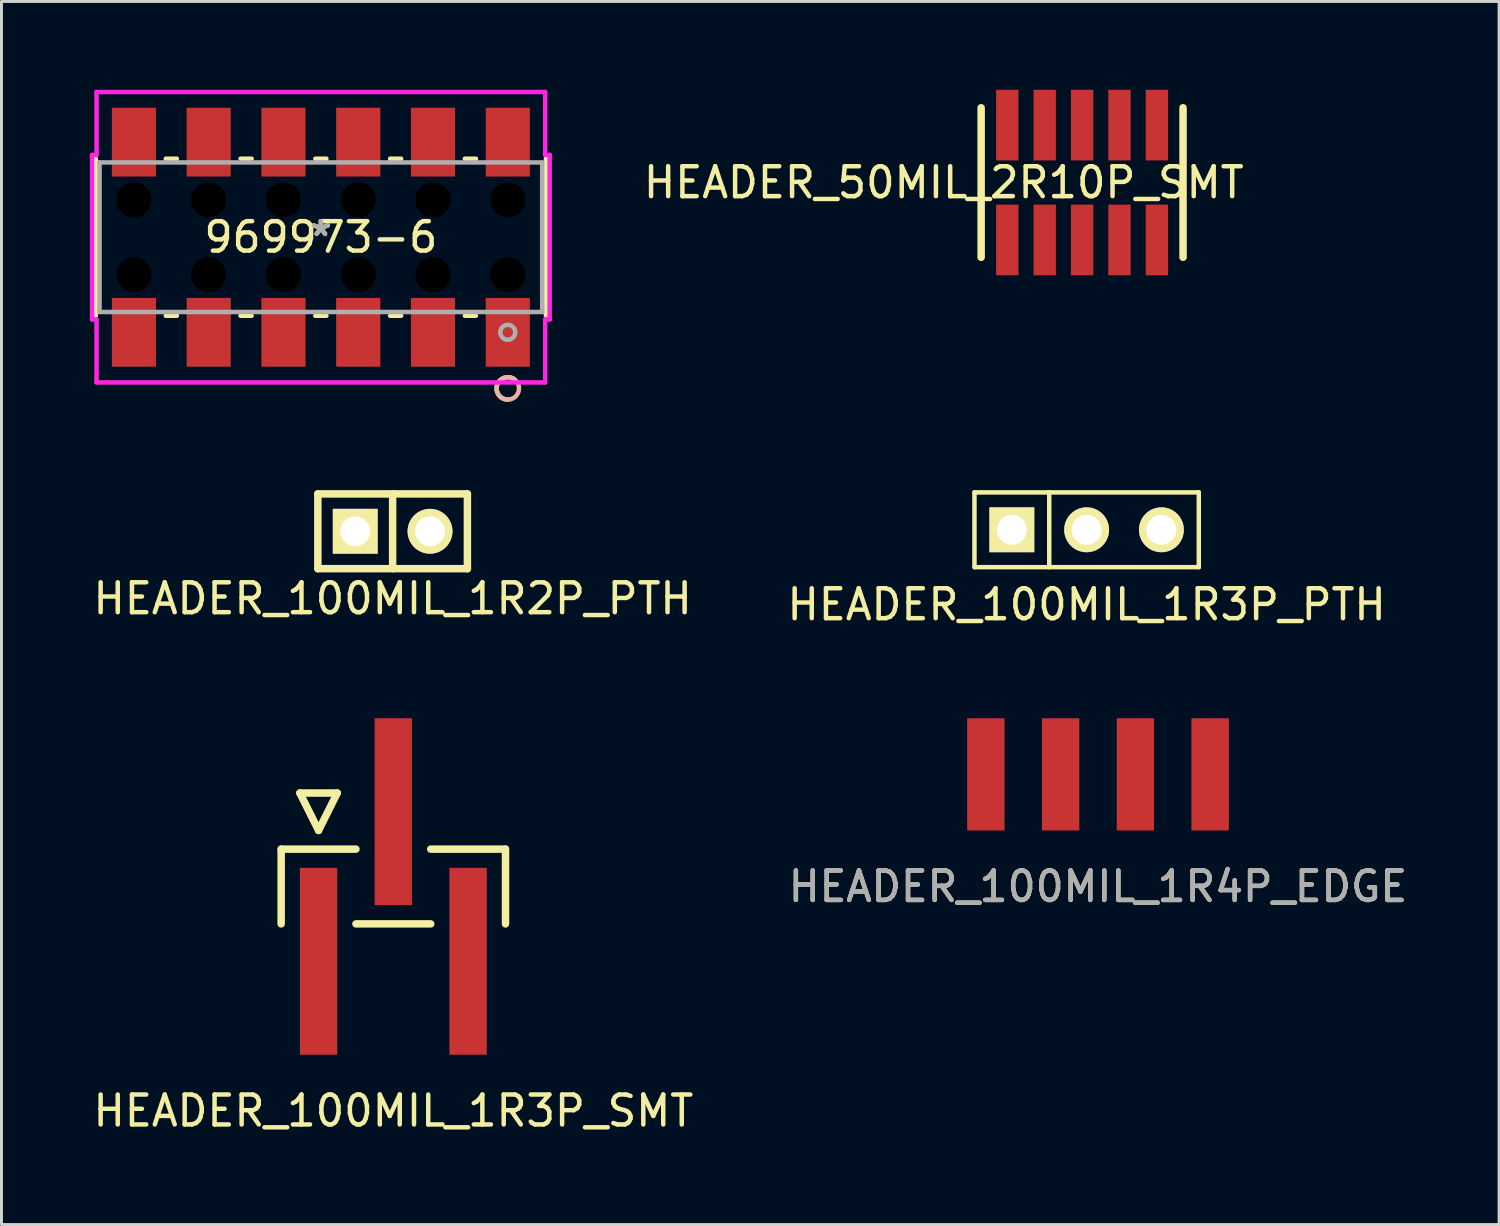
<source format=kicad_pcb>
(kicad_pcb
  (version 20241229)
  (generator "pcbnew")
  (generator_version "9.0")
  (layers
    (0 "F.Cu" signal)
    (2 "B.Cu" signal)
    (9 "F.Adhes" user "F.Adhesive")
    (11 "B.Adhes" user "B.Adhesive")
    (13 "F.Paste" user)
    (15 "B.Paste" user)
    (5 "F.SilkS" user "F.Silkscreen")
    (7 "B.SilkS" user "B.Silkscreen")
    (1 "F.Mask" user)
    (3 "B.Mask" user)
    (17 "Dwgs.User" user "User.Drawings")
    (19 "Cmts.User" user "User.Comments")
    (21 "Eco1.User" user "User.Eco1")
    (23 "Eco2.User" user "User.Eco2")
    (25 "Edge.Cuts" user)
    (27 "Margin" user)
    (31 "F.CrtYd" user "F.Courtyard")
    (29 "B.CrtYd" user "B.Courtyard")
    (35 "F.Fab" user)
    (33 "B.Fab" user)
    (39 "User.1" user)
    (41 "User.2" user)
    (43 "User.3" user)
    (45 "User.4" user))
  (footprint "HEADER_100MIL_1R4P_EDGE"
    (layer "F.Cu")
    (at 34.247 23.253)
    (property "Reference" "HEADER_100MIL_1R4P_EDGE" (at 0 3.81 0) (layer "F.SilkS") (effects (font (size 1 1) (thickness 0.15))))
    (attr exclude_from_pos_files exclude_from_bom)
    (fp_text user "${REFERENCE}" (at 0 3.81 0) (layer "F.Fab") (effects (font (size 1 1) (thickness 0.15))))
    (pad "1" smd rect (at -3.81 0) (size 1.27 3.81) (layers "F.Cu" "F.Mask"))
    (pad "2" smd rect (at -1.27 0) (size 1.27 3.81) (layers "F.Cu" "F.Mask"))
    (pad "3" smd rect (at 1.27 0) (size 1.27 3.81) (layers "F.Cu" "F.Mask"))
    (pad "4" smd rect (at 3.81 0) (size 1.27 3.81) (layers "F.Cu" "F.Mask")))
  (footprint "HEADER_100MIL_1R3P_PTH"
    (layer "F.Cu")
    (at 33.861 14.946)
    (property "Reference" "HEADER_100MIL_1R3P_PTH" (at 0 2.54 0) (layer "F.SilkS") (effects (font (size 1.016 1.016) (thickness 0.152))))
    (attr through_hole)
    (fp_line (start -3.81 -1.27) (end 3.81 -1.27) (stroke (width 0.152) (type solid)) (layer "F.SilkS"))
    (fp_line (start -3.81 1.27) (end -3.81 -1.27) (stroke (width 0.152) (type solid)) (layer "F.SilkS"))
    (fp_line (start -1.27 -1.27) (end -1.27 1.27) (stroke (width 0.152) (type solid)) (layer "F.SilkS"))
    (fp_line (start 3.81 -1.27) (end 3.81 1.27) (stroke (width 0.152) (type solid)) (layer "F.SilkS"))
    (fp_line (start 3.81 1.27) (end -3.81 1.27) (stroke (width 0.152) (type solid)) (layer "F.SilkS"))
    (pad "1" thru_hole rect (at -2.54 0) (size 1.524 1.524) (drill 1.016) (layers "*.Cu" "*.Mask" "F.SilkS"))
    (pad "2" thru_hole circle (at 0 0) (size 1.524 1.524) (drill 1.016) (layers "*.Cu" "*.Mask" "F.SilkS"))
    (pad "3" thru_hole circle (at 2.54 0) (size 1.524 1.524) (drill 1.016) (layers "*.Cu" "*.Mask" "F.SilkS")))
  (footprint "HEADER_50MIL_2R10P_SMT"
    (layer "F.Cu")
    (at 33.707 3.15)
    (property "Reference" "HEADER_50MIL_2R10P_SMT" (at -4.699 0 0) (layer "F.SilkS") (effects (font (size 1.016 1.016) (thickness 0.152))))
    (attr through_hole)
    (fp_line (start -3.429 2.54) (end -3.429 -2.54) (stroke (width 0.254) (type solid)) (layer "F.SilkS"))
    (fp_line (start 3.429 -2.54) (end 3.429 2.54) (stroke (width 0.254) (type solid)) (layer "F.SilkS"))
    (pad "1" smd rect (at -2.54 1.95) (size 0.76 2.4) (layers "F.Cu" "F.Mask" "F.Paste"))
    (pad "2" smd rect (at -2.54 -1.95) (size 0.76 2.4) (layers "F.Cu" "F.Mask" "F.Paste"))
    (pad "3" smd rect (at -1.27 1.95) (size 0.76 2.4) (layers "F.Cu" "F.Mask" "F.Paste"))
    (pad "4" smd rect (at -1.27 -1.95) (size 0.76 2.4) (layers "F.Cu" "F.Mask" "F.Paste"))
    (pad "5" smd rect (at 0 1.95) (size 0.76 2.4) (layers "F.Cu" "F.Mask" "F.Paste"))
    (pad "6" smd rect (at 0 -1.95) (size 0.76 2.4) (layers "F.Cu" "F.Mask" "F.Paste"))
    (pad "7" smd rect (at 1.27 1.95) (size 0.76 2.4) (layers "F.Cu" "F.Mask" "F.Paste"))
    (pad "8" smd rect (at 1.27 -1.95) (size 0.76 2.4) (layers "F.Cu" "F.Mask" "F.Paste"))
    (pad "9" smd rect (at 2.54 1.95) (size 0.76 2.4) (layers "F.Cu" "F.Mask" "F.Paste"))
    (pad "10" smd rect (at 2.54 -1.95) (size 0.76 2.4) (layers "F.Cu" "F.Mask" "F.Paste")))
  (footprint "HEADER_100MIL_1R3P_SMT"
    (layer "F.Cu")
    (at 10.311 27.063)
    (property "Reference" "HEADER_100MIL_1R3P_SMT" (at 0 7.62 0) (layer "F.SilkS") (effects (font (size 1.016 1.016) (thickness 0.152))))
    (attr through_hole)
    (fp_line (start -3.81 -1.27) (end -1.27 -1.27) (stroke (width 0.254) (type solid)) (layer "F.SilkS"))
    (fp_line (start -3.81 1.27) (end -3.81 -1.27) (stroke (width 0.254) (type solid)) (layer "F.SilkS"))
    (fp_line (start -3.175 -3.175) (end -2.54 -1.905) (stroke (width 0.254) (type solid)) (layer "F.SilkS"))
    (fp_line (start -2.54 -1.905) (end -1.905 -3.175) (stroke (width 0.254) (type solid)) (layer "F.SilkS"))
    (fp_line (start -1.905 -3.175) (end -3.175 -3.175) (stroke (width 0.254) (type solid)) (layer "F.SilkS"))
    (fp_line (start 1.27 -1.27) (end 3.81 -1.27) (stroke (width 0.254) (type solid)) (layer "F.SilkS"))
    (fp_line (start 1.27 1.27) (end -1.27 1.27) (stroke (width 0.254) (type solid)) (layer "F.SilkS"))
    (fp_line (start 3.81 -1.27) (end 3.81 1.27) (stroke (width 0.254) (type solid)) (layer "F.SilkS"))
    (pad "1" smd rect (at -2.54 2.54) (size 1.27 6.35) (layers "F.Cu" "F.Mask" "F.Paste"))
    (pad "2" smd rect (at 0 -2.54) (size 1.27 6.35) (layers "F.Cu" "F.Mask" "F.Paste"))
    (pad "3" smd rect (at 2.54 2.54) (size 1.27 6.35) (layers "F.Cu" "F.Mask" "F.Paste")))
  (footprint "969973-6"
    (layer "F.Cu")
    (at 7.849 5.008)
    (property "Reference" "969973-6" (at 0 0 0) (layer "F.SilkS") (effects (font (size 1 1) (thickness 0.15))))
    (attr through_hole)
    (fp_line (start -7.645 -2.667) (end -7.645 2.667) (stroke (width 0.152) (type solid)) (layer "F.SilkS"))
    (fp_line (start -5.268 2.667) (end -4.892 2.667) (stroke (width 0.152) (type solid)) (layer "F.SilkS"))
    (fp_line (start -4.892 -2.667) (end -5.268 -2.667) (stroke (width 0.152) (type solid)) (layer "F.SilkS"))
    (fp_line (start -2.728 2.667) (end -2.352 2.667) (stroke (width 0.152) (type solid)) (layer "F.SilkS"))
    (fp_line (start -2.352 -2.667) (end -2.728 -2.667) (stroke (width 0.152) (type solid)) (layer "F.SilkS"))
    (fp_line (start -0.188 2.667) (end 0.188 2.667) (stroke (width 0.152) (type solid)) (layer "F.SilkS"))
    (fp_line (start 0.188 -2.667) (end -0.188 -2.667) (stroke (width 0.152) (type solid)) (layer "F.SilkS"))
    (fp_line (start 2.352 2.667) (end 2.728 2.667) (stroke (width 0.152) (type solid)) (layer "F.SilkS"))
    (fp_line (start 2.728 -2.667) (end 2.352 -2.667) (stroke (width 0.152) (type solid)) (layer "F.SilkS"))
    (fp_line (start 4.892 2.667) (end 5.268 2.667) (stroke (width 0.152) (type solid)) (layer "F.SilkS"))
    (fp_line (start 5.268 -2.667) (end 4.892 -2.667) (stroke (width 0.152) (type solid)) (layer "F.SilkS"))
    (fp_line (start 7.645 2.667) (end 7.645 -2.667) (stroke (width 0.152) (type solid)) (layer "F.SilkS"))
    (fp_arc (start 6.35 5.515991) (mid 5.988054 5.016011) (end 6.576059 4.828302) (stroke (width 0.1524) (type solid)) (layer "F.SilkS"))
    (fp_circle (center 6.35 5.135) (end 6.731 5.135) (stroke (width 0.152) (type solid)) (fill no) (layer "B.SilkS"))
    (fp_line (start -7.772 -2.794) (end -7.772 2.794) (stroke (width 0.152) (type solid)) (layer "F.CrtYd"))
    (fp_line (start -7.772 2.794) (end -7.62 2.794) (stroke (width 0.152) (type solid)) (layer "F.CrtYd"))
    (fp_line (start -7.62 -4.932) (end -7.62 -2.794) (stroke (width 0.152) (type solid)) (layer "F.CrtYd"))
    (fp_line (start -7.62 -2.794) (end -7.772 -2.794) (stroke (width 0.152) (type solid)) (layer "F.CrtYd"))
    (fp_line (start -7.62 2.794) (end -7.62 4.932) (stroke (width 0.152) (type solid)) (layer "F.CrtYd"))
    (fp_line (start -7.62 4.932) (end 7.62 4.932) (stroke (width 0.152) (type solid)) (layer "F.CrtYd"))
    (fp_line (start 7.62 -4.932) (end -7.62 -4.932) (stroke (width 0.152) (type solid)) (layer "F.CrtYd"))
    (fp_line (start 7.62 -2.794) (end 7.62 -4.932) (stroke (width 0.152) (type solid)) (layer "F.CrtYd"))
    (fp_line (start 7.62 2.794) (end 7.772 2.794) (stroke (width 0.152) (type solid)) (layer "F.CrtYd"))
    (fp_line (start 7.62 4.932) (end 7.62 2.794) (stroke (width 0.152) (type solid)) (layer "F.CrtYd"))
    (fp_line (start 7.772 -2.794) (end 7.62 -2.794) (stroke (width 0.152) (type solid)) (layer "F.CrtYd"))
    (fp_line (start 7.772 2.794) (end 7.772 -2.794) (stroke (width 0.152) (type solid)) (layer "F.CrtYd"))
    (fp_line (start -7.518 -2.54) (end -7.518 2.54) (stroke (width 0.152) (type solid)) (layer "F.Fab"))
    (fp_line (start -7.518 2.54) (end 7.518 2.54) (stroke (width 0.152) (type solid)) (layer "F.Fab"))
    (fp_line (start 7.518 -2.54) (end -7.518 -2.54) (stroke (width 0.152) (type solid)) (layer "F.Fab"))
    (fp_line (start 7.518 2.54) (end 7.518 -2.54) (stroke (width 0.152) (type solid)) (layer "F.Fab"))
    (fp_circle (center 6.35 3.23) (end 6.604 3.23) (stroke (width 0.152) (type solid)) (fill no) (layer "F.Fab"))
    (fp_text user "*" (at 0 0 0) (layer "F.SilkS") (effects (font (size 1 1) (thickness 0.15))))
    (fp_text user "Copyright 2016 Accelerated Designs. All rights reserved." (at 0 0 0) (layer "Cmts.User") (effects (font (size 0.127 0.127) (thickness 0.002))))
    (fp_text user "*" (at 0 0 0) (layer "F.Fab") (effects (font (size 1 1) (thickness 0.15))))
    (pad "" np_thru_hole circle (at -6.35 -1.27 90) (size 1.194 1.194) (drill 1.194) (layers))
    (pad "" np_thru_hole circle (at -6.35 1.27 90) (size 1.194 1.194) (drill 1.194) (layers))
    (pad "" np_thru_hole circle (at -3.81 -1.27 90) (size 1.194 1.194) (drill 1.194) (layers))
    (pad "" np_thru_hole circle (at -3.81 1.27 90) (size 1.194 1.194) (drill 1.194) (layers))
    (pad "" np_thru_hole circle (at -1.27 -1.27 90) (size 1.194 1.194) (drill 1.194) (layers))
    (pad "" np_thru_hole circle (at -1.27 1.27 90) (size 1.194 1.194) (drill 1.194) (layers))
    (pad "" np_thru_hole circle (at 1.27 -1.27 90) (size 1.194 1.194) (drill 1.194) (layers))
    (pad "" np_thru_hole circle (at 1.27 1.27 90) (size 1.194 1.194) (drill 1.194) (layers))
    (pad "" np_thru_hole circle (at 3.81 -1.27 90) (size 1.194 1.194) (drill 1.194) (layers))
    (pad "" np_thru_hole circle (at 3.81 1.27 90) (size 1.194 1.194) (drill 1.194) (layers))
    (pad "" np_thru_hole circle (at 6.35 -1.27 90) (size 1.194 1.194) (drill 1.194) (layers))
    (pad "" np_thru_hole circle (at 6.35 1.27 90) (size 1.194 1.194) (drill 1.194) (layers))
    (pad "1" smd rect (at 6.35 3.23 90) (size 2.337 1.499) (layers "F.Cu" "F.Mask" "F.Paste"))
    (pad "2" smd rect (at 6.35 -3.23 90) (size 2.337 1.499) (layers "F.Cu" "F.Mask" "F.Paste"))
    (pad "3" smd rect (at 3.81 3.23 90) (size 2.337 1.499) (layers "F.Cu" "F.Mask" "F.Paste"))
    (pad "4" smd rect (at 3.81 -3.23 90) (size 2.337 1.499) (layers "F.Cu" "F.Mask" "F.Paste"))
    (pad "5" smd rect (at 1.27 3.23 90) (size 2.337 1.499) (layers "F.Cu" "F.Mask" "F.Paste"))
    (pad "6" smd rect (at 1.27 -3.23 90) (size 2.337 1.499) (layers "F.Cu" "F.Mask" "F.Paste"))
    (pad "7" smd rect (at -1.27 3.23 90) (size 2.337 1.499) (layers "F.Cu" "F.Mask" "F.Paste"))
    (pad "8" smd rect (at -1.27 -3.23 90) (size 2.337 1.499) (layers "F.Cu" "F.Mask" "F.Paste"))
    (pad "9" smd rect (at -3.81 3.23 90) (size 2.337 1.499) (layers "F.Cu" "F.Mask" "F.Paste"))
    (pad "10" smd rect (at -3.81 -3.23 90) (size 2.337 1.499) (layers "F.Cu" "F.Mask" "F.Paste"))
    (pad "11" smd rect (at -6.35 3.23 90) (size 2.337 1.499) (layers "F.Cu" "F.Mask" "F.Paste"))
    (pad "12" smd rect (at -6.35 -3.23 90) (size 2.337 1.499) (layers "F.Cu" "F.Mask" "F.Paste")))
  (footprint "HEADER_100MIL_1R2P_PTH"
    (layer "F.Cu")
    (at 10.287 14.997)
    (property "Reference" "HEADER_100MIL_1R2P_PTH" (at 0 2.286 0) (layer "F.SilkS") (effects (font (size 1.016 1.016) (thickness 0.152))))
    (attr through_hole)
    (fp_line (start -2.54 -1.27) (end 2.54 -1.27) (stroke (width 0.254) (type solid)) (layer "F.SilkS"))
    (fp_line (start -2.54 1.27) (end -2.54 -1.27) (stroke (width 0.254) (type solid)) (layer "F.SilkS"))
    (fp_line (start -2.54 1.27) (end 2.54 1.27) (stroke (width 0.254) (type solid)) (layer "F.SilkS"))
    (fp_line (start 0 -1.27) (end 0 1.27) (stroke (width 0.254) (type solid)) (layer "F.SilkS"))
    (fp_line (start 2.54 -1.27) (end 2.54 1.27) (stroke (width 0.254) (type solid)) (layer "F.SilkS"))
    (pad "1" thru_hole rect (at -1.27 0) (size 1.524 1.524) (drill 1.016) (layers "*.Cu" "*.Mask" "F.SilkS"))
    (pad "2" thru_hole circle (at 1.27 0) (size 1.524 1.524) (drill 1.016) (layers "*.Cu" "*.Mask" "F.SilkS")))
  (gr_rect
    (start -3 -3)
    (end 47.872 38.545)
    (stroke (width 0.1) (type default))
    (fill no)
    (layer "Edge.Cuts")))
</source>
